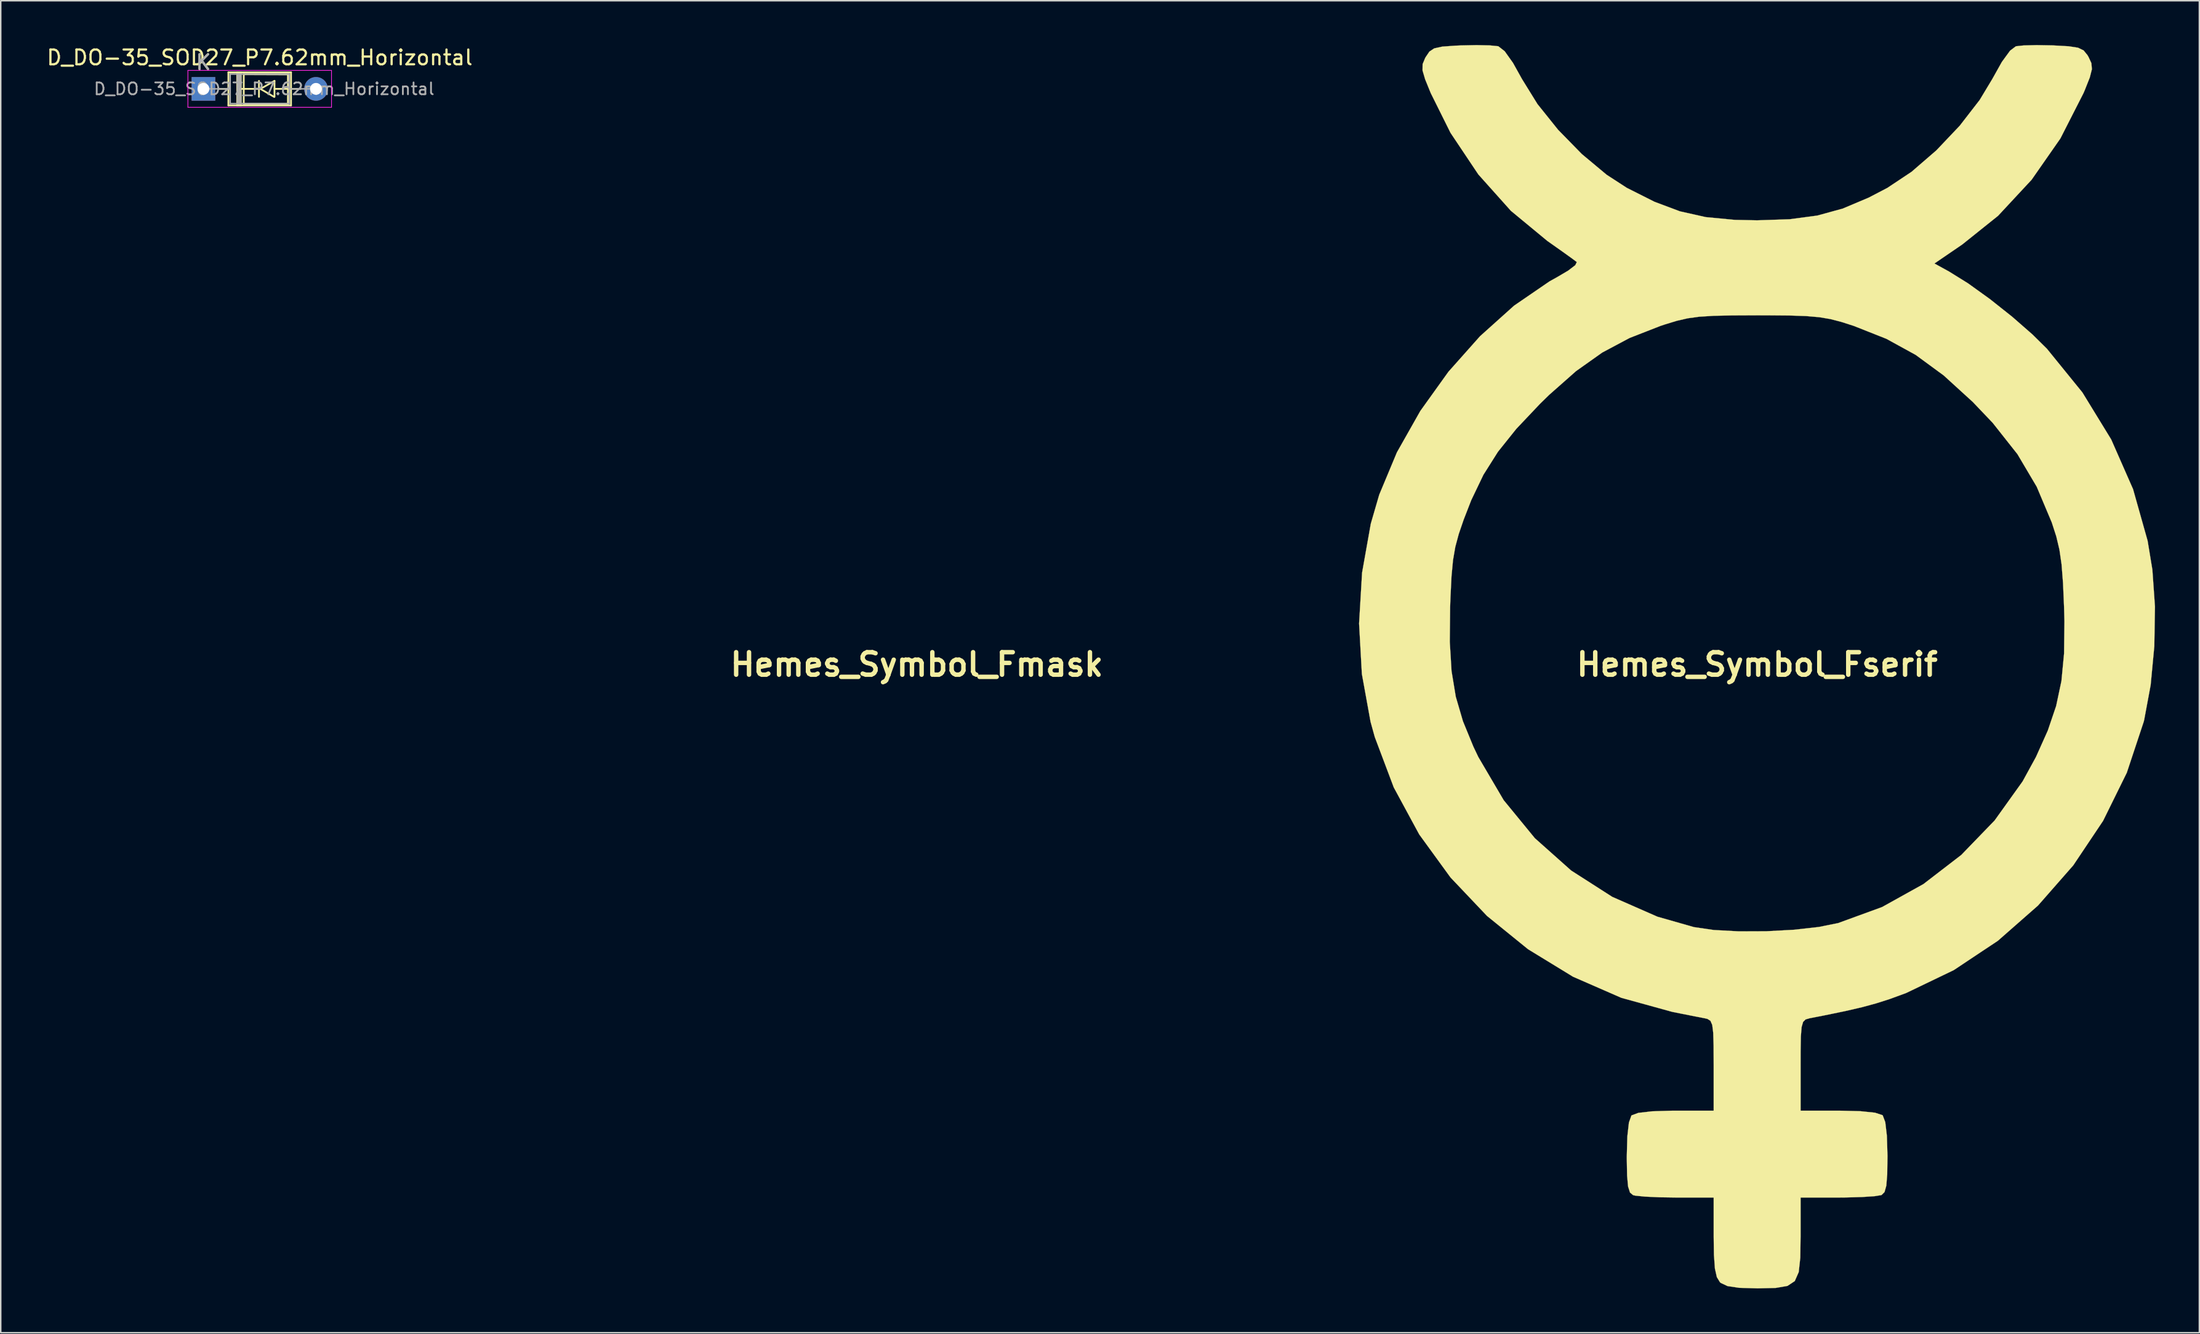
<source format=kicad_pcb>
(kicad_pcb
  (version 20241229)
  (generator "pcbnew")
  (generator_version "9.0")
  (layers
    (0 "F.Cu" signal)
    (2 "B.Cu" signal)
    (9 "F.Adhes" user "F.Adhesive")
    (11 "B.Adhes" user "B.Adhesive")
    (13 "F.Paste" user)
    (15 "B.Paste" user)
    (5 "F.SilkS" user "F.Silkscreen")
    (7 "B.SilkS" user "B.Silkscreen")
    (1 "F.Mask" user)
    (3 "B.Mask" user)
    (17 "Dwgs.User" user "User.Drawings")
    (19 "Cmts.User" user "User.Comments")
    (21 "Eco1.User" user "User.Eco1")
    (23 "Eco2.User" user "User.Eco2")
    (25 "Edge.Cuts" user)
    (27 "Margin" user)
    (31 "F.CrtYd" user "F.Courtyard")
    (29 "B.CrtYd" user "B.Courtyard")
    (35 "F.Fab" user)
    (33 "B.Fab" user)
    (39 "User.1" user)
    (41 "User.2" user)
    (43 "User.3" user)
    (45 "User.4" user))
  (footprint "Hemes_Symbol_Fmask"
    (layer "F.Cu")
    (at 59.009 41.949)
    (property "Reference" "Hemes_Symbol_Fmask" (at 0 0 0) (layer "F.SilkS") (effects (font (size 1.524 1.524) (thickness 0.3))))
    (attr through_hole)
    (fp_poly (pts (xy -18.099 -41.925) (xy -17.54 -41.87) (xy -17.516 -41.865) (xy -17.088 -41.53) (xy -16.527 -40.742) (xy -15.917 -39.646) (xy -14.868 -37.95) (xy -13.472 -36.209) (xy -11.866 -34.567) (xy -10.187 -33.165) (xy -8.823 -32.279) (xy -6.946 -31.334) (xy -5.225 -30.688) (xy -3.475 -30.296) (xy -1.514 -30.11) (xy 0 -30.079) (xy 2.205 -30.152) (xy 4.075 -30.402) (xy 5.794 -30.874) (xy 7.547 -31.614) (xy 8.823 -32.279) (xy 10.457 -33.368) (xy 12.133 -34.818) (xy 13.715 -36.486) (xy 15.064 -38.229) (xy 15.917 -39.646) (xy 16.568 -40.809) (xy 17.122 -41.568) (xy 17.516 -41.865) (xy 18.041 -41.922) (xy 18.917 -41.944) (xy 19.963 -41.926) (xy 20.047 -41.923) (xy 21.083 -41.866) (xy 21.722 -41.768) (xy 22.101 -41.583) (xy 22.359 -41.267) (xy 22.435 -41.136) (xy 22.626 -40.722) (xy 22.661 -40.312) (xy 22.518 -39.752) (xy 22.176 -38.889) (xy 22.095 -38.698) (xy 20.528 -35.622) (xy 18.58 -32.827) (xy 16.308 -30.384) (xy 13.888 -28.446) (xy 12.001 -27.156) (xy 12.989 -26.612) (xy 14.272 -25.815) (xy 15.75 -24.752) (xy 17.26 -23.554) (xy 18.638 -22.349) (xy 19.619 -21.379) (xy 22.017 -18.424) (xy 23.968 -15.239) (xy 25.447 -11.874) (xy 26.432 -8.379) (xy 26.755 -6.417) (xy 26.929 -3.92) (xy 26.886 -1.244) (xy 26.639 1.386) (xy 26.2 3.748) (xy 26.168 3.877) (xy 25.023 7.328) (xy 23.418 10.586) (xy 21.4 13.6) (xy 19.012 16.323) (xy 16.3 18.705) (xy 13.31 20.695) (xy 10.086 22.246) (xy 8.957 22.66) (xy 8.06 22.945) (xy 7.11 23.204) (xy 5.975 23.467) (xy 4.518 23.767) (xy 3.543 23.957) (xy 3.284 24.032) (xy 3.113 24.199) (xy 3.011 24.553) (xy 2.96 25.189) (xy 2.943 26.202) (xy 2.941 27.143) (xy 2.941 30.213) (xy 5.561 30.213) (xy 6.988 30.248) (xy 7.976 30.35) (xy 8.481 30.515) (xy 8.502 30.533) (xy 8.674 30.99) (xy 8.783 31.917) (xy 8.823 33.256) (xy 8.823 33.312) (xy 8.806 34.519) (xy 8.745 35.29) (xy 8.624 35.725) (xy 8.426 35.921) (xy 8.4 35.932) (xy 7.957 36.004) (xy 7.124 36.059) (xy 6.045 36.09) (xy 5.459 36.095) (xy 2.941 36.095) (xy 2.941 38.749) (xy 2.921 40.171) (xy 2.815 41.144) (xy 2.549 41.752) (xy 2.053 42.081) (xy 1.254 42.217) (xy 0.082 42.244) (xy 0 42.244) (xy -1.216 42.209) (xy -2.003 42.092) (xy -2.464 41.876) (xy -2.521 41.824) (xy -2.727 41.486) (xy -2.857 40.906) (xy -2.924 39.983) (xy -2.941 38.749) (xy -2.941 36.095) (xy -5.459 36.095) (xy -6.608 36.078) (xy -7.582 36.034) (xy -8.237 35.969) (xy -8.4 35.932) (xy -8.607 35.755) (xy -8.735 35.351) (xy -8.802 34.62) (xy -8.823 33.464) (xy -8.823 33.312) (xy -8.786 31.96) (xy -8.679 31.016) (xy -8.51 30.541) (xy -8.502 30.533) (xy -8.044 30.363) (xy -7.099 30.255) (xy -5.711 30.213) (xy -5.561 30.213) (xy -2.941 30.213) (xy -2.941 27.143) (xy -2.946 25.824) (xy -2.972 24.944) (xy -3.038 24.411) (xy -3.16 24.128) (xy -3.358 24.002) (xy -3.543 23.957) (xy -4.129 23.843) (xy -5.016 23.668) (xy -5.748 23.522) (xy -9.195 22.57) (xy -12.463 21.142) (xy -15.507 19.28) (xy -18.286 17.025) (xy -20.756 14.42) (xy -22.874 11.505) (xy -24.597 8.322) (xy -25.881 4.912) (xy -26.168 3.877) (xy -26.755 0.64) (xy -26.875 -1.531) (xy -20.805 -1.531) (xy -20.686 0.44) (xy -20.399 2.181) (xy -19.914 3.84) (xy -19.206 5.565) (xy -18.875 6.26) (xy -17.156 9.187) (xy -15.048 11.76) (xy -12.587 13.952) (xy -9.809 15.733) (xy -6.75 17.077) (xy -4.278 17.783) (xy -2.935 17.978) (xy -1.243 18.07) (xy 0.624 18.063) (xy 2.491 17.962) (xy 4.185 17.772) (xy 5.481 17.511) (xy 8.457 16.425) (xy 11.257 14.868) (xy 13.819 12.896) (xy 16.077 10.56) (xy 17.97 7.915) (xy 18.875 6.26) (xy 19.676 4.473) (xy 20.241 2.807) (xy 20.599 1.117) (xy 20.777 -0.746) (xy 20.802 -2.929) (xy 20.777 -3.877) (xy 20.706 -5.519) (xy 20.609 -6.771) (xy 20.464 -7.774) (xy 20.251 -8.672) (xy 19.948 -9.61) (xy 19.946 -9.616) (xy 18.926 -12.038) (xy 17.621 -14.244) (xy 15.943 -16.367) (xy 14.597 -17.78) (xy 12.631 -19.573) (xy 10.732 -20.966) (xy 8.754 -22.053) (xy 6.554 -22.925) (xy 6.551 -22.926) (xy 5.707 -23.198) (xy 4.966 -23.391) (xy 4.208 -23.519) (xy 3.316 -23.596) (xy 2.169 -23.634) (xy 0.648 -23.646) (xy 0 -23.647) (xy -1.681 -23.64) (xy -2.946 -23.613) (xy -3.915 -23.552) (xy -4.706 -23.443) (xy -5.439 -23.274) (xy -6.233 -23.032) (xy -6.551 -22.926) (xy -8.63 -22.114) (xy -10.486 -21.125) (xy -12.257 -19.869) (xy -14.083 -18.255) (xy -14.705 -17.646) (xy -16.302 -15.958) (xy -17.543 -14.407) (xy -18.528 -12.847) (xy -19.352 -11.128) (xy -19.867 -9.803) (xy -20.198 -8.835) (xy -20.43 -7.972) (xy -20.586 -7.068) (xy -20.688 -5.979) (xy -20.758 -4.558) (xy -20.782 -3.877) (xy -20.805 -1.531) (xy -26.875 -1.531) (xy -26.944 -2.777) (xy -26.741 -6.22) (xy -26.151 -9.536) (xy -25.581 -11.497) (xy -24.383 -14.368) (xy -22.797 -17.173) (xy -20.897 -19.824) (xy -18.758 -22.23) (xy -16.452 -24.301) (xy -14.054 -25.945) (xy -13.544 -26.229) (xy -12.791 -26.673) (xy -12.31 -27.041) (xy -12.206 -27.253) (xy -12.207 -27.254) (xy -12.521 -27.49) (xy -13.152 -27.943) (xy -13.978 -28.527) (xy -14.2 -28.683) (xy -16.669 -30.724) (xy -18.872 -33.187) (xy -20.754 -36.002) (xy -22.095 -38.698) (xy -22.474 -39.63) (xy -22.65 -40.23) (xy -22.644 -40.655) (xy -22.478 -41.058) (xy -22.435 -41.136) (xy -22.187 -41.503) (xy -21.859 -41.723) (xy -21.314 -41.843) (xy -20.414 -41.907) (xy -20.047 -41.923) (xy -18.995 -41.944) (xy -18.099 -41.925)) (stroke (width 0.01) (type solid)) (fill yes) (layer "F.Mask")))
  (footprint "Hemes_Symbol_Fserif"
    (layer "F.Cu")
    (at 115.892 41.949)
    (property "Reference" "Hemes_Symbol_Fserif" (at 0 0 0) (layer "F.SilkS") (effects (font (size 1.524 1.524) (thickness 0.3))))
    (attr through_hole)
    (fp_poly (pts (xy -18.099 -41.925) (xy -17.54 -41.87) (xy -17.516 -41.865) (xy -17.088 -41.53) (xy -16.527 -40.742) (xy -15.917 -39.646) (xy -14.868 -37.95) (xy -13.472 -36.209) (xy -11.866 -34.567) (xy -10.187 -33.165) (xy -8.823 -32.279) (xy -6.946 -31.334) (xy -5.225 -30.688) (xy -3.475 -30.296) (xy -1.514 -30.11) (xy 0 -30.079) (xy 2.205 -30.152) (xy 4.075 -30.402) (xy 5.794 -30.874) (xy 7.547 -31.614) (xy 8.823 -32.279) (xy 10.457 -33.368) (xy 12.133 -34.818) (xy 13.715 -36.486) (xy 15.064 -38.229) (xy 15.917 -39.646) (xy 16.568 -40.809) (xy 17.122 -41.568) (xy 17.516 -41.865) (xy 18.041 -41.922) (xy 18.917 -41.944) (xy 19.963 -41.926) (xy 20.047 -41.923) (xy 21.083 -41.866) (xy 21.722 -41.768) (xy 22.101 -41.583) (xy 22.359 -41.267) (xy 22.435 -41.136) (xy 22.626 -40.722) (xy 22.661 -40.312) (xy 22.518 -39.752) (xy 22.176 -38.889) (xy 22.095 -38.698) (xy 20.528 -35.622) (xy 18.58 -32.827) (xy 16.308 -30.384) (xy 13.888 -28.446) (xy 12.001 -27.156) (xy 12.989 -26.612) (xy 14.272 -25.815) (xy 15.75 -24.752) (xy 17.26 -23.554) (xy 18.638 -22.349) (xy 19.619 -21.379) (xy 22.017 -18.424) (xy 23.968 -15.239) (xy 25.447 -11.874) (xy 26.432 -8.379) (xy 26.755 -6.417) (xy 26.929 -3.92) (xy 26.886 -1.244) (xy 26.639 1.386) (xy 26.2 3.748) (xy 26.168 3.877) (xy 25.023 7.328) (xy 23.418 10.586) (xy 21.4 13.6) (xy 19.012 16.323) (xy 16.3 18.705) (xy 13.31 20.695) (xy 10.086 22.246) (xy 8.957 22.66) (xy 8.06 22.945) (xy 7.11 23.204) (xy 5.975 23.467) (xy 4.518 23.767) (xy 3.543 23.957) (xy 3.284 24.032) (xy 3.113 24.199) (xy 3.011 24.553) (xy 2.96 25.189) (xy 2.943 26.202) (xy 2.941 27.143) (xy 2.941 30.213) (xy 5.561 30.213) (xy 6.988 30.248) (xy 7.976 30.35) (xy 8.481 30.515) (xy 8.502 30.533) (xy 8.674 30.99) (xy 8.783 31.917) (xy 8.823 33.256) (xy 8.823 33.312) (xy 8.806 34.519) (xy 8.745 35.29) (xy 8.624 35.725) (xy 8.426 35.921) (xy 8.4 35.932) (xy 7.957 36.004) (xy 7.124 36.059) (xy 6.045 36.09) (xy 5.459 36.095) (xy 2.941 36.095) (xy 2.941 38.749) (xy 2.921 40.171) (xy 2.815 41.144) (xy 2.549 41.752) (xy 2.053 42.081) (xy 1.254 42.217) (xy 0.082 42.244) (xy 0 42.244) (xy -1.216 42.209) (xy -2.003 42.092) (xy -2.464 41.876) (xy -2.521 41.824) (xy -2.727 41.486) (xy -2.857 40.906) (xy -2.924 39.983) (xy -2.941 38.749) (xy -2.941 36.095) (xy -5.459 36.095) (xy -6.608 36.078) (xy -7.582 36.034) (xy -8.237 35.969) (xy -8.4 35.932) (xy -8.607 35.755) (xy -8.735 35.351) (xy -8.802 34.62) (xy -8.823 33.464) (xy -8.823 33.312) (xy -8.786 31.96) (xy -8.679 31.016) (xy -8.51 30.541) (xy -8.502 30.533) (xy -8.044 30.363) (xy -7.099 30.255) (xy -5.711 30.213) (xy -5.561 30.213) (xy -2.941 30.213) (xy -2.941 27.143) (xy -2.946 25.824) (xy -2.972 24.944) (xy -3.038 24.411) (xy -3.16 24.128) (xy -3.358 24.002) (xy -3.543 23.957) (xy -4.129 23.843) (xy -5.016 23.668) (xy -5.748 23.522) (xy -9.195 22.57) (xy -12.463 21.142) (xy -15.507 19.28) (xy -18.286 17.025) (xy -20.756 14.42) (xy -22.874 11.505) (xy -24.597 8.322) (xy -25.881 4.912) (xy -26.168 3.877) (xy -26.755 0.64) (xy -26.875 -1.531) (xy -20.805 -1.531) (xy -20.686 0.44) (xy -20.399 2.181) (xy -19.914 3.84) (xy -19.206 5.565) (xy -18.875 6.26) (xy -17.156 9.187) (xy -15.048 11.76) (xy -12.587 13.952) (xy -9.809 15.733) (xy -6.75 17.077) (xy -4.278 17.783) (xy -2.935 17.978) (xy -1.243 18.07) (xy 0.624 18.063) (xy 2.491 17.962) (xy 4.185 17.772) (xy 5.481 17.511) (xy 8.457 16.425) (xy 11.257 14.868) (xy 13.819 12.896) (xy 16.077 10.56) (xy 17.97 7.915) (xy 18.875 6.26) (xy 19.676 4.473) (xy 20.241 2.807) (xy 20.599 1.117) (xy 20.777 -0.746) (xy 20.802 -2.929) (xy 20.777 -3.877) (xy 20.706 -5.519) (xy 20.609 -6.771) (xy 20.464 -7.774) (xy 20.251 -8.672) (xy 19.948 -9.61) (xy 19.946 -9.616) (xy 18.926 -12.038) (xy 17.621 -14.244) (xy 15.943 -16.367) (xy 14.597 -17.78) (xy 12.631 -19.573) (xy 10.732 -20.966) (xy 8.754 -22.053) (xy 6.554 -22.925) (xy 6.551 -22.926) (xy 5.707 -23.198) (xy 4.966 -23.391) (xy 4.208 -23.519) (xy 3.316 -23.596) (xy 2.169 -23.634) (xy 0.648 -23.646) (xy 0 -23.647) (xy -1.681 -23.64) (xy -2.946 -23.613) (xy -3.915 -23.552) (xy -4.706 -23.443) (xy -5.439 -23.274) (xy -6.233 -23.032) (xy -6.551 -22.926) (xy -8.63 -22.114) (xy -10.486 -21.125) (xy -12.257 -19.869) (xy -14.083 -18.255) (xy -14.705 -17.646) (xy -16.302 -15.958) (xy -17.543 -14.407) (xy -18.528 -12.847) (xy -19.352 -11.128) (xy -19.867 -9.803) (xy -20.198 -8.835) (xy -20.43 -7.972) (xy -20.586 -7.068) (xy -20.688 -5.979) (xy -20.758 -4.558) (xy -20.782 -3.877) (xy -20.805 -1.531) (xy -26.875 -1.531) (xy -26.944 -2.777) (xy -26.741 -6.22) (xy -26.151 -9.536) (xy -25.581 -11.497) (xy -24.383 -14.368) (xy -22.797 -17.173) (xy -20.897 -19.824) (xy -18.758 -22.23) (xy -16.452 -24.301) (xy -14.054 -25.945) (xy -13.544 -26.229) (xy -12.791 -26.673) (xy -12.31 -27.041) (xy -12.206 -27.253) (xy -12.207 -27.254) (xy -12.521 -27.49) (xy -13.152 -27.943) (xy -13.978 -28.527) (xy -14.2 -28.683) (xy -16.669 -30.724) (xy -18.872 -33.187) (xy -20.754 -36.002) (xy -22.095 -38.698) (xy -22.474 -39.63) (xy -22.65 -40.23) (xy -22.644 -40.655) (xy -22.478 -41.058) (xy -22.435 -41.136) (xy -22.187 -41.503) (xy -21.859 -41.723) (xy -21.314 -41.843) (xy -20.414 -41.907) (xy -20.047 -41.923) (xy -18.995 -41.944) (xy -18.099 -41.925)) (stroke (width 0.01) (type solid)) (fill yes) (layer "F.SilkS")))
  (footprint "D_DO-35_SOD27_P7.62mm_Horizontal"
    (layer "F.Cu")
    (at 10.72 2.968)
    (property "Reference" "D_DO-35_SOD27_P7.62mm_Horizontal" (at 3.81 -2.12 0) (layer "F.SilkS") (effects (font (size 1 1) (thickness 0.15))))
    (attr through_hole)
    (fp_line (start 1.04 0) (end 1.69 0) (stroke (width 0.12) (type solid)) (layer "F.SilkS"))
    (fp_line (start 1.69 -1.12) (end 1.69 1.12) (stroke (width 0.12) (type solid)) (layer "F.SilkS"))
    (fp_line (start 1.69 1.12) (end 5.93 1.12) (stroke (width 0.12) (type solid)) (layer "F.SilkS"))
    (fp_line (start 2.29 -1.12) (end 2.29 1.12) (stroke (width 0.12) (type solid)) (layer "F.SilkS"))
    (fp_line (start 2.41 -1.12) (end 2.41 1.12) (stroke (width 0.12) (type solid)) (layer "F.SilkS"))
    (fp_line (start 2.47 0) (end 3.75 0) (stroke (width 0.12) (type solid)) (layer "F.SilkS"))
    (fp_line (start 2.53 -1.12) (end 2.53 1.12) (stroke (width 0.12) (type solid)) (layer "F.SilkS"))
    (fp_line (start 2.73 -0.99) (end 5.72 -0.98) (stroke (width 0.12) (type solid)) (layer "F.SilkS"))
    (fp_line (start 2.73 1.01) (end 2.73 -0.99) (stroke (width 0.12) (type solid)) (layer "F.SilkS"))
    (fp_line (start 2.74 1.01) (end 5.71 1.01) (stroke (width 0.12) (type solid)) (layer "F.SilkS"))
    (fp_line (start 3.76 0.54) (end 3.76 -0.54) (stroke (width 0.12) (type solid)) (layer "F.SilkS"))
    (fp_line (start 3.86 0) (end 4.81 -0.54) (stroke (width 0.12) (type solid)) (layer "F.SilkS"))
    (fp_line (start 3.87 0.01) (end 4.78 0.54) (stroke (width 0.12) (type solid)) (layer "F.SilkS"))
    (fp_line (start 4.81 0.54) (end 4.81 -0.54) (stroke (width 0.12) (type solid)) (layer "F.SilkS"))
    (fp_line (start 5.72 1.01) (end 5.72 -0.98) (stroke (width 0.12) (type solid)) (layer "F.SilkS"))
    (fp_line (start 5.93 -1.12) (end 1.69 -1.12) (stroke (width 0.12) (type solid)) (layer "F.SilkS"))
    (fp_line (start 5.93 0) (end 4.81 0) (stroke (width 0.12) (type solid)) (layer "F.SilkS"))
    (fp_line (start 5.93 1.12) (end 5.93 -1.12) (stroke (width 0.12) (type solid)) (layer "F.SilkS"))
    (fp_line (start 6.58 0) (end 5.93 0) (stroke (width 0.12) (type solid)) (layer "F.SilkS"))
    (fp_line (start -1.05 -1.25) (end -1.05 1.25) (stroke (width 0.05) (type solid)) (layer "F.CrtYd"))
    (fp_line (start -1.05 1.25) (end 8.67 1.25) (stroke (width 0.05) (type solid)) (layer "F.CrtYd"))
    (fp_line (start 8.67 -1.25) (end -1.05 -1.25) (stroke (width 0.05) (type solid)) (layer "F.CrtYd"))
    (fp_line (start 8.67 1.25) (end 8.67 -1.25) (stroke (width 0.05) (type solid)) (layer "F.CrtYd"))
    (fp_line (start 0 0) (end 1.81 0) (stroke (width 0.1) (type solid)) (layer "F.Fab"))
    (fp_line (start 1.81 -1) (end 1.81 1) (stroke (width 0.1) (type solid)) (layer "F.Fab"))
    (fp_line (start 1.81 1) (end 5.81 1) (stroke (width 0.1) (type solid)) (layer "F.Fab"))
    (fp_line (start 2.31 -1) (end 2.31 1) (stroke (width 0.1) (type solid)) (layer "F.Fab"))
    (fp_line (start 2.41 -1) (end 2.41 1) (stroke (width 0.1) (type solid)) (layer "F.Fab"))
    (fp_line (start 2.51 -1) (end 2.51 1) (stroke (width 0.1) (type solid)) (layer "F.Fab"))
    (fp_line (start 5.81 -1) (end 1.81 -1) (stroke (width 0.1) (type solid)) (layer "F.Fab"))
    (fp_line (start 5.81 1) (end 5.81 -1) (stroke (width 0.1) (type solid)) (layer "F.Fab"))
    (fp_line (start 7.62 0) (end 5.81 0) (stroke (width 0.1) (type solid)) (layer "F.Fab"))
    (fp_text user "K" (at 0 -1.8 0) (layer "F.SilkS") (effects (font (size 1 1) (thickness 0.15))))
    (fp_text user "${REFERENCE}" (at 4.11 0 0) (layer "F.Fab") (effects (font (size 0.8 0.8) (thickness 0.12))))
    (fp_text user "K" (at 0 -1.8 0) (layer "F.Fab") (effects (font (size 1 1) (thickness 0.15))))
    (pad "1" thru_hole rect (at 0 0) (size 1.6 1.6) (drill 0.8) (layers "*.Cu" "*.Mask"))
    (pad "2" thru_hole oval (at 7.62 0) (size 1.6 1.6) (drill 0.8) (layers "*.Cu" "*.Mask")))
  (gr_rect
    (start -3 -3)
    (end 145.827 87.198)
    (stroke (width 0.1) (type default))
    (fill no)
    (layer "Edge.Cuts")))
</source>
